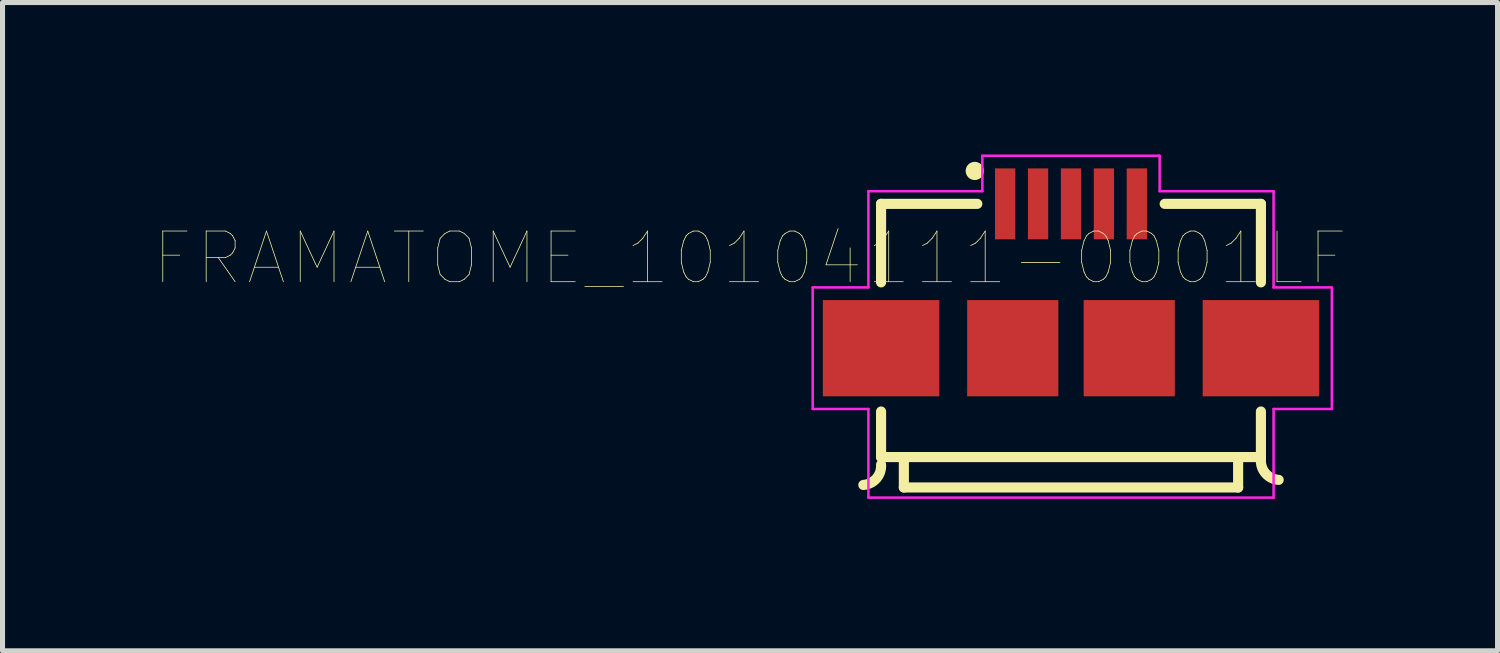
<source format=kicad_pcb>
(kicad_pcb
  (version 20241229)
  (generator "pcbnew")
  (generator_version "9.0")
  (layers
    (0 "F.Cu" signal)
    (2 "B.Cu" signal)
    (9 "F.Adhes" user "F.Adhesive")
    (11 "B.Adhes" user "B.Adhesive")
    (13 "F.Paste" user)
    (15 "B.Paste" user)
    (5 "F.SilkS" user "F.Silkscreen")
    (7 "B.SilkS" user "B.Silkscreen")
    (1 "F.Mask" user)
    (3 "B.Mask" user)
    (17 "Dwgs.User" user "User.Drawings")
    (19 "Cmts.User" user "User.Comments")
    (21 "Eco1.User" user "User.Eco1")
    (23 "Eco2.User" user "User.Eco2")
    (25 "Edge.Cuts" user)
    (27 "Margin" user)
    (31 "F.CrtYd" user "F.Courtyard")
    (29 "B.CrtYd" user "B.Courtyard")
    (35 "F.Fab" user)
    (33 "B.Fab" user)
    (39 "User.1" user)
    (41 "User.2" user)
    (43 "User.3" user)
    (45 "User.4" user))
  (footprint "FRAMATOME_10104111-0001LF"
    (layer "F.Cu")
    (at 18.096 3.825)
    (property "Reference" "FRAMATOME_10104111-0001LF" (at -6.337 -1.775 180) (layer "F.SilkS") (effects (font (size 1 1) (thickness 0.015))))
    (attr through_hole)
    (fp_line (start -3.75 -2.85) (end -1.85 -2.85) (stroke (width 0.2) (type solid)) (layer "F.SilkS"))
    (fp_line (start -3.75 -1.3) (end -3.75 -2.85) (stroke (width 0.2) (type solid)) (layer "F.SilkS"))
    (fp_line (start -3.75 2.15) (end -3.75 1.25) (stroke (width 0.2) (type solid)) (layer "F.SilkS"))
    (fp_line (start -3.3 2.2) (end -3.3 2.75) (stroke (width 0.2) (type solid)) (layer "F.SilkS"))
    (fp_line (start -3.3 2.75) (end 3.3 2.75) (stroke (width 0.2) (type solid)) (layer "F.SilkS"))
    (fp_line (start 1.85 -2.85) (end 3.75 -2.85) (stroke (width 0.2) (type solid)) (layer "F.SilkS"))
    (fp_line (start 3.3 2.75) (end 3.3 2.2) (stroke (width 0.2) (type solid)) (layer "F.SilkS"))
    (fp_line (start 3.75 -2.85) (end 3.75 -1.3) (stroke (width 0.2) (type solid)) (layer "F.SilkS"))
    (fp_line (start 3.75 1.25) (end 3.75 2.15) (stroke (width 0.2) (type solid)) (layer "F.SilkS"))
    (fp_line (start 3.75 2.15) (end -3.75 2.15) (stroke (width 0.2) (type solid)) (layer "F.SilkS"))
    (fp_arc (start -3.75 2.3) (mid -3.842157 2.572487) (end -4.1 2.7) (stroke (width 0.2) (type solid)) (layer "F.SilkS"))
    (fp_arc (start 4.1 2.6) (mid 3.842157 2.472487) (end 3.75 2.2) (stroke (width 0.2) (type solid)) (layer "F.SilkS"))
    (fp_circle (center -1.9 -3.5) (end -1.72 -3.5) (stroke (width 0) (type solid)) (fill yes) (layer "F.SilkS"))
    (fp_line (start -5.1 -1.2) (end -4 -1.2) (stroke (width 0.05) (type solid)) (layer "F.CrtYd"))
    (fp_line (start -5.1 1.2) (end -5.1 -1.2) (stroke (width 0.05) (type solid)) (layer "F.CrtYd"))
    (fp_line (start -4 -3.1) (end -1.75 -3.1) (stroke (width 0.05) (type solid)) (layer "F.CrtYd"))
    (fp_line (start -4 -1.2) (end -4 -3.1) (stroke (width 0.05) (type solid)) (layer "F.CrtYd"))
    (fp_line (start -4 1.2) (end -5.1 1.2) (stroke (width 0.05) (type solid)) (layer "F.CrtYd"))
    (fp_line (start -4 2.95) (end -4 1.2) (stroke (width 0.05) (type solid)) (layer "F.CrtYd"))
    (fp_line (start -1.75 -3.8) (end 1.75 -3.8) (stroke (width 0.05) (type solid)) (layer "F.CrtYd"))
    (fp_line (start -1.75 -3.1) (end -1.75 -3.8) (stroke (width 0.05) (type solid)) (layer "F.CrtYd"))
    (fp_line (start 1.75 -3.8) (end 1.75 -3.1) (stroke (width 0.05) (type solid)) (layer "F.CrtYd"))
    (fp_line (start 1.75 -3.1) (end 4 -3.1) (stroke (width 0.05) (type solid)) (layer "F.CrtYd"))
    (fp_line (start 4 -3.1) (end 4 -1.2) (stroke (width 0.05) (type solid)) (layer "F.CrtYd"))
    (fp_line (start 4 -1.2) (end 5.15 -1.2) (stroke (width 0.05) (type solid)) (layer "F.CrtYd"))
    (fp_line (start 4 1.2) (end 4 2.95) (stroke (width 0.05) (type solid)) (layer "F.CrtYd"))
    (fp_line (start 4 2.95) (end -4 2.95) (stroke (width 0.05) (type solid)) (layer "F.CrtYd"))
    (fp_line (start 5.15 -1.2) (end 5.15 1.2) (stroke (width 0.05) (type solid)) (layer "F.CrtYd"))
    (fp_line (start 5.15 1.2) (end 4 1.2) (stroke (width 0.05) (type solid)) (layer "F.CrtYd"))
    (pad "1" smd rect (at -1.3 -2.85) (size 0.4 1.4) (layers "F.Cu" "F.Mask" "F.Paste"))
    (pad "2" smd rect (at -0.65 -2.85) (size 0.4 1.4) (layers "F.Cu" "F.Mask" "F.Paste"))
    (pad "3" smd rect (at 0 -2.85) (size 0.4 1.4) (layers "F.Cu" "F.Mask" "F.Paste"))
    (pad "4" smd rect (at 0.65 -2.85) (size 0.4 1.4) (layers "F.Cu" "F.Mask" "F.Paste"))
    (pad "5" smd rect (at 1.3 -2.85) (size 0.4 1.4) (layers "F.Cu" "F.Mask" "F.Paste"))
    (pad "6" smd rect (at -3.75 0) (size 2.3 1.9) (layers "F.Cu" "F.Mask" "F.Paste"))
    (pad "7" smd rect (at -1.15 0) (size 1.8 1.9) (layers "F.Cu" "F.Mask" "F.Paste"))
    (pad "8" smd rect (at 1.15 0) (size 1.8 1.9) (layers "F.Cu" "F.Mask" "F.Paste"))
    (pad "9" smd rect (at 3.75 0) (size 2.3 1.9) (layers "F.Cu" "F.Mask" "F.Paste")))
  (gr_rect
    (start -3 -3)
    (end 26.518 9.8)
    (stroke (width 0.1) (type default))
    (fill no)
    (layer "Edge.Cuts")))
</source>
